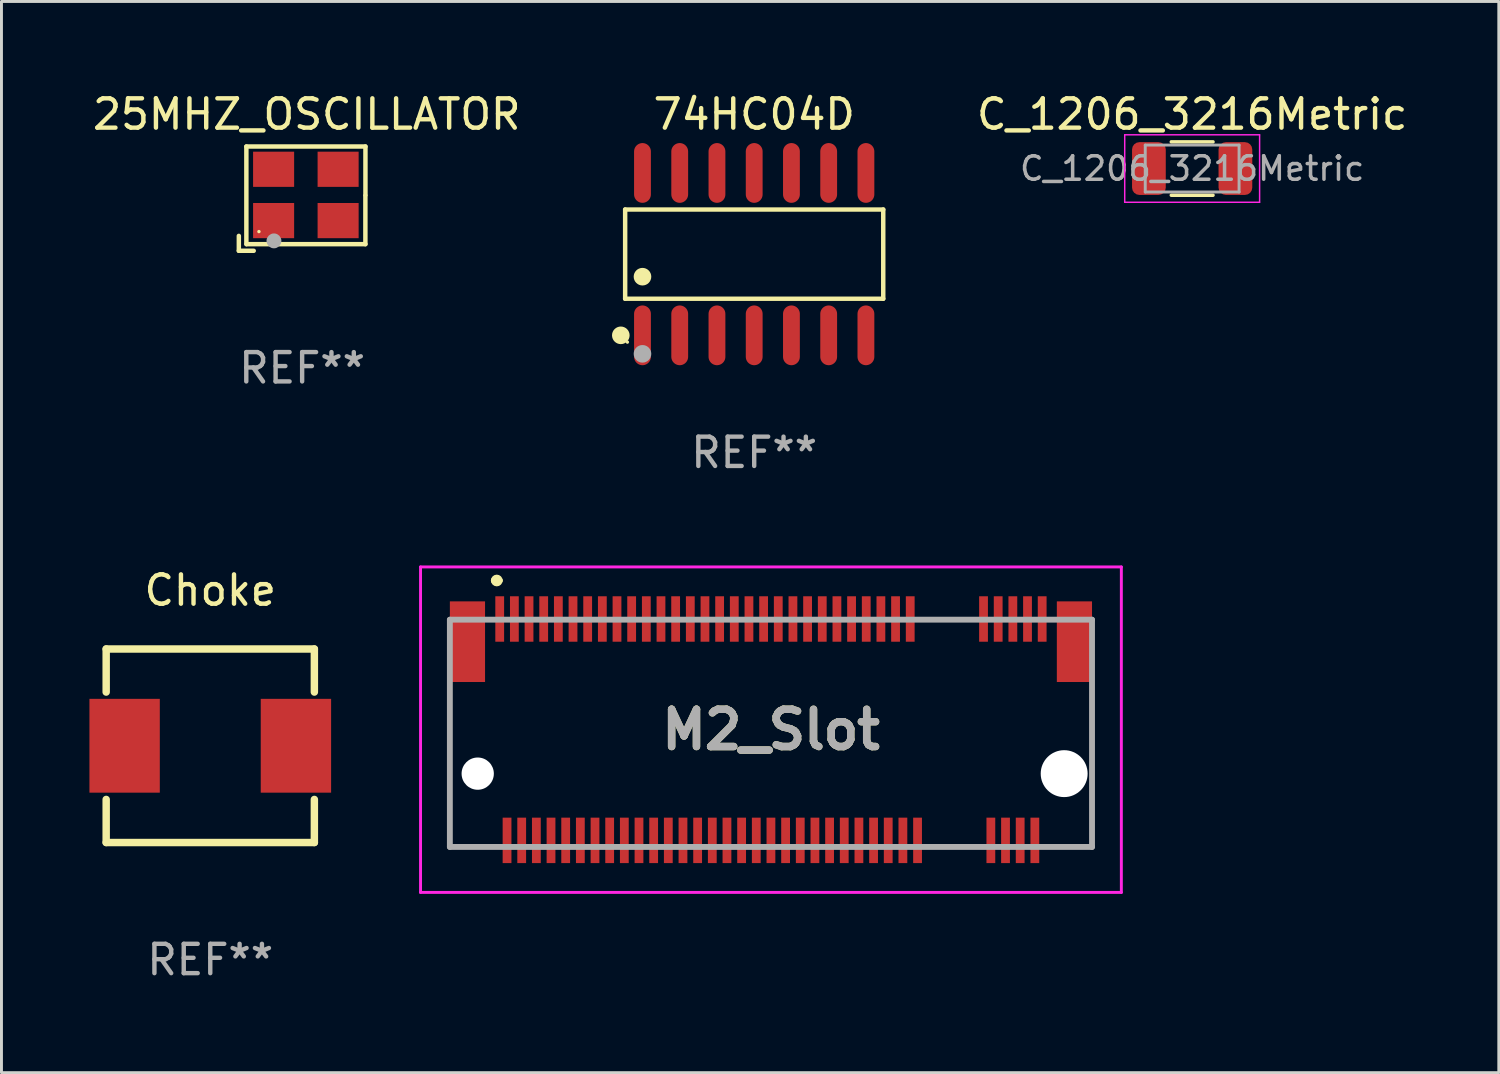
<source format=kicad_pcb>
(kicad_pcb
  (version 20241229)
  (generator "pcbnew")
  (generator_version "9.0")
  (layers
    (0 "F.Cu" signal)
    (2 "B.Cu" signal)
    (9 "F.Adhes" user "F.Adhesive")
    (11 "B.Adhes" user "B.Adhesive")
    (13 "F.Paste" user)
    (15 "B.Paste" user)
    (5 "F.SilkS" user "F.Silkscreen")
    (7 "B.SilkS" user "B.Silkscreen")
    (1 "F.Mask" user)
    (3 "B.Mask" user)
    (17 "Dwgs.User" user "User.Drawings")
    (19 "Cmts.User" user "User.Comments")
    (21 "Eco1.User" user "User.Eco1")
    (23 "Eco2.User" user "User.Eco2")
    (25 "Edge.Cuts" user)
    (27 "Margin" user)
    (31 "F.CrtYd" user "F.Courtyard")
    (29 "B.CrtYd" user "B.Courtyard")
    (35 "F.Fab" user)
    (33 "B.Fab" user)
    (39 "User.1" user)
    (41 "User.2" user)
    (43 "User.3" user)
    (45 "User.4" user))
  (footprint "Choke"
    (layer "F.Cu")
    (at 4.121 22.383)
    (property "Reference" "Choke" (at 0.000013 -5.3 0) (layer "F.SilkS") (effects (font (size 1 1) (thickness 0.15))))
    (attr through_hole)
    (fp_line (start -3.55 -3.3) (end 3.55 -3.3) (stroke (width 0.254) (type solid)) (layer "F.SilkS"))
    (fp_line (start -3.55 -1.831) (end -3.55 -3.3) (stroke (width 0.254) (type solid)) (layer "F.SilkS"))
    (fp_line (start -3.55 3.3) (end -3.55 1.831) (stroke (width 0.254) (type solid)) (layer "F.SilkS"))
    (fp_line (start -3.55 3.3) (end 3.55 3.3) (stroke (width 0.254) (type solid)) (layer "F.SilkS"))
    (fp_line (start 3.55 -1.831) (end 3.55 -3.3) (stroke (width 0.254) (type solid)) (layer "F.SilkS"))
    (fp_line (start 3.55 3.3) (end 3.55 1.831) (stroke (width 0.254) (type solid)) (layer "F.SilkS"))
    (fp_circle (center -3.55 3.3) (end -3.52 3.3) (stroke (width 0.06) (type solid)) (fill no) (layer "F.SilkS"))
    (fp_text user "REF**" (at 0.000013 7.3 0) (layer "F.Fab") (effects (font (size 1 1) (thickness 0.15))))
    (pad "1" smd rect (at -2.921 0) (size 2.4 3.2) (layers "F.Cu" "F.Mask" "F.Paste"))
    (pad "2" smd rect (at 2.921 0) (size 2.4 3.2) (layers "F.Cu" "F.Mask" "F.Paste")))
  (footprint "C_1206_3216Metric"
    (layer "F.Cu")
    (at 37.607 2.698)
    (property "Reference" "C_1206_3216Metric" (at 0 -1.85 0) (layer "F.SilkS") (effects (font (size 1 1) (thickness 0.15))))
    (attr smd)
    (fp_line (start -0.711 -0.91) (end 0.711 -0.91) (stroke (width 0.12) (type solid)) (layer "F.SilkS"))
    (fp_line (start -0.711 0.91) (end 0.711 0.91) (stroke (width 0.12) (type solid)) (layer "F.SilkS"))
    (fp_line (start -2.3 -1.15) (end 2.3 -1.15) (stroke (width 0.05) (type solid)) (layer "F.CrtYd"))
    (fp_line (start -2.3 1.15) (end -2.3 -1.15) (stroke (width 0.05) (type solid)) (layer "F.CrtYd"))
    (fp_line (start 2.3 -1.15) (end 2.3 1.15) (stroke (width 0.05) (type solid)) (layer "F.CrtYd"))
    (fp_line (start 2.3 1.15) (end -2.3 1.15) (stroke (width 0.05) (type solid)) (layer "F.CrtYd"))
    (fp_line (start -1.6 -0.8) (end 1.6 -0.8) (stroke (width 0.1) (type solid)) (layer "F.Fab"))
    (fp_line (start -1.6 0.8) (end -1.6 -0.8) (stroke (width 0.1) (type solid)) (layer "F.Fab"))
    (fp_line (start 1.6 -0.8) (end 1.6 0.8) (stroke (width 0.1) (type solid)) (layer "F.Fab"))
    (fp_line (start 1.6 0.8) (end -1.6 0.8) (stroke (width 0.1) (type solid)) (layer "F.Fab"))
    (fp_text user "${REFERENCE}" (at 0 0 0) (layer "F.Fab") (effects (font (size 0.8 0.8) (thickness 0.12))))
    (pad "1" smd roundrect (at -1.475 0) (size 1.15 1.8) (layers "F.Cu" "F.Mask" "F.Paste") (roundrect_rratio 0.217))
    (pad "2" smd roundrect (at 1.475 0) (size 1.15 1.8) (layers "F.Cu" "F.Mask" "F.Paste") (roundrect_rratio 0.217)))
  (footprint "25MHZ_OSCILLATOR"
    (layer "F.Cu")
    (at 7.381 3.598)
    (property "Reference" "25MHZ_OSCILLATOR" (at 0.03 -2.75 0) (layer "F.SilkS") (effects (font (size 1 1) (thickness 0.15))))
    (attr through_hole)
    (fp_line (start -2.286 1.397) (end -2.286 1.905) (stroke (width 0.152) (type solid)) (layer "F.SilkS"))
    (fp_line (start -2.286 1.905) (end -1.778 1.905) (stroke (width 0.152) (type solid)) (layer "F.SilkS"))
    (fp_line (start -2.029 -1.651) (end 2.032 -1.651) (stroke (width 0.152) (type solid)) (layer "F.SilkS"))
    (fp_line (start -2.029 1.679) (end -2.029 -1.651) (stroke (width 0.152) (type solid)) (layer "F.SilkS"))
    (fp_line (start 2.03 0.028) (end 2.03 1.679) (stroke (width 0.152) (type solid)) (layer "F.SilkS"))
    (fp_line (start 2.03 1.679) (end -2.02 1.679) (stroke (width 0.152) (type solid)) (layer "F.SilkS"))
    (fp_line (start 2.032 -1.651) (end 2.032 -0.000127) (stroke (width 0.152) (type solid)) (layer "F.SilkS"))
    (fp_circle (center -1.6 1.25) (end -1.57 1.25) (stroke (width 0.06) (type solid)) (fill no) (layer "F.SilkS"))
    (fp_circle (center -1.088 1.567) (end -0.961 1.567) (stroke (width 0.254) (type solid)) (fill no) (layer "F.Fab"))
    (fp_text user "REF**" (at -0.127 5.905 0) (layer "F.Fab") (effects (font (size 1 1) (thickness 0.15))))
    (pad "1" smd rect (at -1.1 0.875) (size 1.4 1.2) (layers "F.Cu" "F.Mask" "F.Paste"))
    (pad "2" smd rect (at 1.1 0.875) (size 1.4 1.2) (layers "F.Cu" "F.Mask" "F.Paste"))
    (pad "3" smd rect (at 1.1 -0.875) (size 1.4 1.2) (layers "F.Cu" "F.Mask" "F.Paste"))
    (pad "4" smd rect (at -1.1 -0.875) (size 1.4 1.2) (layers "F.Cu" "F.Mask" "F.Paste")))
  (footprint "M2_Slot"
    (layer "F.Cu")
    (at 23.242 21.947)
    (property "Reference" "M2_Slot" (at 0 -0.112 0) (layer "F.SilkS") (effects (font (size 1.27 1.27) (thickness 0.254))))
    (attr through_hole)
    (fp_line (start -10.95 -1.4) (end -10.95 3.887) (stroke (width 0.1) (type solid)) (layer "F.SilkS"))
    (fp_line (start -10.95 3.887) (end -9.6 3.887) (stroke (width 0.1) (type solid)) (layer "F.SilkS"))
    (fp_line (start -9.45 -5.2) (end -9.45 -5.2) (stroke (width 0.2) (type solid)) (layer "F.SilkS"))
    (fp_line (start -9.25 -5.2) (end -9.25 -5.2) (stroke (width 0.2) (type solid)) (layer "F.SilkS"))
    (fp_line (start 9.4 3.887) (end 10.95 3.887) (stroke (width 0.1) (type solid)) (layer "F.SilkS"))
    (fp_line (start 10.95 3.887) (end 10.95 2.2) (stroke (width 0.1) (type solid)) (layer "F.SilkS"))
    (fp_arc (start -9.45 -5.2) (mid -9.35 -5.3) (end -9.25 -5.2) (stroke (width 0.2) (type solid)) (layer "F.SilkS"))
    (fp_arc (start -9.25 -5.2) (mid -9.35 -5.1) (end -9.45 -5.2) (stroke (width 0.2) (type solid)) (layer "F.SilkS"))
    (fp_line (start -11.95 -5.662) (end 11.95 -5.662) (stroke (width 0.1) (type solid)) (layer "F.CrtYd"))
    (fp_line (start -11.95 5.438) (end -11.95 -5.662) (stroke (width 0.1) (type solid)) (layer "F.CrtYd"))
    (fp_line (start 11.95 -5.662) (end 11.95 5.438) (stroke (width 0.1) (type solid)) (layer "F.CrtYd"))
    (fp_line (start 11.95 5.438) (end -11.95 5.438) (stroke (width 0.1) (type solid)) (layer "F.CrtYd"))
    (fp_line (start -10.95 -3.863) (end 10.95 -3.863) (stroke (width 0.2) (type solid)) (layer "F.Fab"))
    (fp_line (start -10.95 3.887) (end -10.95 -3.863) (stroke (width 0.2) (type solid)) (layer "F.Fab"))
    (fp_line (start 10.95 -3.863) (end 10.95 3.887) (stroke (width 0.2) (type solid)) (layer "F.Fab"))
    (fp_line (start 10.95 3.887) (end -10.95 3.887) (stroke (width 0.2) (type solid)) (layer "F.Fab"))
    (fp_text user "${REFERENCE}" (at 0 -0.112 0) (layer "F.Fab") (effects (font (size 1.27 1.27) (thickness 0.254))))
    (pad "" np_thru_hole circle (at -10 1.387) (size 1.1 1.1) (drill 1.1) (layers "*.Cu" "*.Mask"))
    (pad "" np_thru_hole circle (at 10 1.387) (size 1.6 1.6) (drill 1.6) (layers "*.Cu" "*.Mask"))
    (pad "1" smd rect (at -9.25 -3.887) (size 0.3 1.55) (layers "F.Cu" "F.Mask" "F.Paste"))
    (pad "2" smd rect (at -9 3.663) (size 0.3 1.55) (layers "F.Cu" "F.Mask" "F.Paste"))
    (pad "3" smd rect (at -8.75 -3.887) (size 0.3 1.55) (layers "F.Cu" "F.Mask" "F.Paste"))
    (pad "4" smd rect (at -8.5 3.663) (size 0.3 1.55) (layers "F.Cu" "F.Mask" "F.Paste"))
    (pad "5" smd rect (at -8.25 -3.887) (size 0.3 1.55) (layers "F.Cu" "F.Mask" "F.Paste"))
    (pad "6" smd rect (at -8 3.663) (size 0.3 1.55) (layers "F.Cu" "F.Mask" "F.Paste"))
    (pad "7" smd rect (at -7.75 -3.887) (size 0.3 1.55) (layers "F.Cu" "F.Mask" "F.Paste"))
    (pad "8" smd rect (at -7.5 3.663) (size 0.3 1.55) (layers "F.Cu" "F.Mask" "F.Paste"))
    (pad "9" smd rect (at -7.25 -3.887) (size 0.3 1.55) (layers "F.Cu" "F.Mask" "F.Paste"))
    (pad "10" smd rect (at -7 3.663) (size 0.3 1.55) (layers "F.Cu" "F.Mask" "F.Paste"))
    (pad "11" smd rect (at -6.75 -3.887) (size 0.3 1.55) (layers "F.Cu" "F.Mask" "F.Paste"))
    (pad "12" smd rect (at -6.5 3.663) (size 0.3 1.55) (layers "F.Cu" "F.Mask" "F.Paste"))
    (pad "13" smd rect (at -6.25 -3.887) (size 0.3 1.55) (layers "F.Cu" "F.Mask" "F.Paste"))
    (pad "14" smd rect (at -6 3.663) (size 0.3 1.55) (layers "F.Cu" "F.Mask" "F.Paste"))
    (pad "15" smd rect (at -5.75 -3.887) (size 0.3 1.55) (layers "F.Cu" "F.Mask" "F.Paste"))
    (pad "16" smd rect (at -5.5 3.663) (size 0.3 1.55) (layers "F.Cu" "F.Mask" "F.Paste"))
    (pad "17" smd rect (at -5.25 -3.887) (size 0.3 1.55) (layers "F.Cu" "F.Mask" "F.Paste"))
    (pad "18" smd rect (at -5 3.663) (size 0.3 1.55) (layers "F.Cu" "F.Mask" "F.Paste"))
    (pad "19" smd rect (at -4.75 -3.887) (size 0.3 1.55) (layers "F.Cu" "F.Mask" "F.Paste"))
    (pad "20" smd rect (at -4.5 3.663) (size 0.3 1.55) (layers "F.Cu" "F.Mask" "F.Paste"))
    (pad "21" smd rect (at -4.25 -3.887) (size 0.3 1.55) (layers "F.Cu" "F.Mask" "F.Paste"))
    (pad "22" smd rect (at -4 3.663) (size 0.3 1.55) (layers "F.Cu" "F.Mask" "F.Paste"))
    (pad "23" smd rect (at -3.75 -3.887) (size 0.3 1.55) (layers "F.Cu" "F.Mask" "F.Paste"))
    (pad "24" smd rect (at -3.5 3.663) (size 0.3 1.55) (layers "F.Cu" "F.Mask" "F.Paste"))
    (pad "25" smd rect (at -3.25 -3.887) (size 0.3 1.55) (layers "F.Cu" "F.Mask" "F.Paste"))
    (pad "26" smd rect (at -3 3.663) (size 0.3 1.55) (layers "F.Cu" "F.Mask" "F.Paste"))
    (pad "27" smd rect (at -2.75 -3.887) (size 0.3 1.55) (layers "F.Cu" "F.Mask" "F.Paste"))
    (pad "28" smd rect (at -2.5 3.663) (size 0.3 1.55) (layers "F.Cu" "F.Mask" "F.Paste"))
    (pad "29" smd rect (at -2.25 -3.887) (size 0.3 1.55) (layers "F.Cu" "F.Mask" "F.Paste"))
    (pad "30" smd rect (at -2 3.663) (size 0.3 1.55) (layers "F.Cu" "F.Mask" "F.Paste"))
    (pad "31" smd rect (at -1.75 -3.887) (size 0.3 1.55) (layers "F.Cu" "F.Mask" "F.Paste"))
    (pad "32" smd rect (at -1.5 3.663) (size 0.3 1.55) (layers "F.Cu" "F.Mask" "F.Paste"))
    (pad "33" smd rect (at -1.25 -3.887) (size 0.3 1.55) (layers "F.Cu" "F.Mask" "F.Paste"))
    (pad "34" smd rect (at -1 3.663) (size 0.3 1.55) (layers "F.Cu" "F.Mask" "F.Paste"))
    (pad "35" smd rect (at -0.75 -3.887) (size 0.3 1.55) (layers "F.Cu" "F.Mask" "F.Paste"))
    (pad "36" smd rect (at -0.5 3.663) (size 0.3 1.55) (layers "F.Cu" "F.Mask" "F.Paste"))
    (pad "37" smd rect (at -0.25 -3.887) (size 0.3 1.55) (layers "F.Cu" "F.Mask" "F.Paste"))
    (pad "38" smd rect (at 0 3.663) (size 0.3 1.55) (layers "F.Cu" "F.Mask" "F.Paste"))
    (pad "39" smd rect (at 0.25 -3.887) (size 0.3 1.55) (layers "F.Cu" "F.Mask" "F.Paste"))
    (pad "40" smd rect (at 0.5 3.663) (size 0.3 1.55) (layers "F.Cu" "F.Mask" "F.Paste"))
    (pad "41" smd rect (at 0.75 -3.887) (size 0.3 1.55) (layers "F.Cu" "F.Mask" "F.Paste"))
    (pad "42" smd rect (at 1 3.663) (size 0.3 1.55) (layers "F.Cu" "F.Mask" "F.Paste"))
    (pad "43" smd rect (at 1.25 -3.887) (size 0.3 1.55) (layers "F.Cu" "F.Mask" "F.Paste"))
    (pad "44" smd rect (at 1.5 3.663) (size 0.3 1.55) (layers "F.Cu" "F.Mask" "F.Paste"))
    (pad "45" smd rect (at 1.75 -3.887) (size 0.3 1.55) (layers "F.Cu" "F.Mask" "F.Paste"))
    (pad "46" smd rect (at 2 3.663) (size 0.3 1.55) (layers "F.Cu" "F.Mask" "F.Paste"))
    (pad "47" smd rect (at 2.25 -3.887) (size 0.3 1.55) (layers "F.Cu" "F.Mask" "F.Paste"))
    (pad "48" smd rect (at 2.5 3.663) (size 0.3 1.55) (layers "F.Cu" "F.Mask" "F.Paste"))
    (pad "49" smd rect (at 2.75 -3.887) (size 0.3 1.55) (layers "F.Cu" "F.Mask" "F.Paste"))
    (pad "50" smd rect (at 3 3.663) (size 0.3 1.55) (layers "F.Cu" "F.Mask" "F.Paste"))
    (pad "51" smd rect (at 3.25 -3.887) (size 0.3 1.55) (layers "F.Cu" "F.Mask" "F.Paste"))
    (pad "52" smd rect (at 3.5 3.663) (size 0.3 1.55) (layers "F.Cu" "F.Mask" "F.Paste"))
    (pad "53" smd rect (at 3.75 -3.887) (size 0.3 1.55) (layers "F.Cu" "F.Mask" "F.Paste"))
    (pad "54" smd rect (at 4 3.663) (size 0.3 1.55) (layers "F.Cu" "F.Mask" "F.Paste"))
    (pad "55" smd rect (at 4.25 -3.887) (size 0.3 1.55) (layers "F.Cu" "F.Mask" "F.Paste"))
    (pad "56" smd rect (at 4.5 3.663) (size 0.3 1.55) (layers "F.Cu" "F.Mask" "F.Paste"))
    (pad "57" smd rect (at 4.75 -3.887) (size 0.3 1.55) (layers "F.Cu" "F.Mask" "F.Paste"))
    (pad "58" smd rect (at 5 3.663) (size 0.3 1.55) (layers "F.Cu" "F.Mask" "F.Paste"))
    (pad "67" smd rect (at 7.25 -3.887) (size 0.3 1.55) (layers "F.Cu" "F.Mask" "F.Paste"))
    (pad "68" smd rect (at 7.5 3.663) (size 0.3 1.55) (layers "F.Cu" "F.Mask" "F.Paste"))
    (pad "69" smd rect (at 7.75 -3.887) (size 0.3 1.55) (layers "F.Cu" "F.Mask" "F.Paste"))
    (pad "70" smd rect (at 8 3.663) (size 0.3 1.55) (layers "F.Cu" "F.Mask" "F.Paste"))
    (pad "71" smd rect (at 8.25 -3.887) (size 0.3 1.55) (layers "F.Cu" "F.Mask" "F.Paste"))
    (pad "72" smd rect (at 8.5 3.663) (size 0.3 1.55) (layers "F.Cu" "F.Mask" "F.Paste"))
    (pad "73" smd rect (at 8.75 -3.887) (size 0.3 1.55) (layers "F.Cu" "F.Mask" "F.Paste"))
    (pad "74" smd rect (at 9 3.663) (size 0.3 1.55) (layers "F.Cu" "F.Mask" "F.Paste"))
    (pad "75" smd rect (at 9.25 -3.887) (size 0.3 1.55) (layers "F.Cu" "F.Mask" "F.Paste"))
    (pad "MP1" smd rect (at -10.35 -3.113) (size 1.2 2.75) (layers "F.Cu" "F.Mask" "F.Paste"))
    (pad "MP2" smd rect (at 10.35 -3.113) (size 1.2 2.75) (layers "F.Cu" "F.Mask" "F.Paste")))
  (footprint "74HC04D"
    (layer "F.Cu")
    (at 22.671 5.617)
    (property "Reference" "74HC04D" (at 0 -4.769 0) (layer "F.SilkS") (effects (font (size 1 1) (thickness 0.15))))
    (attr through_hole)
    (fp_line (start -4.401 -1.521) (end 4.401 -1.521) (stroke (width 0.152) (type solid)) (layer "F.SilkS"))
    (fp_line (start -4.401 1.521) (end -4.401 -1.521) (stroke (width 0.152) (type solid)) (layer "F.SilkS"))
    (fp_line (start 4.401 -1.521) (end 4.401 1.521) (stroke (width 0.152) (type solid)) (layer "F.SilkS"))
    (fp_line (start 4.401 1.521) (end -4.401 1.521) (stroke (width 0.152) (type solid)) (layer "F.SilkS"))
    (fp_circle (center -4.549 2.769) (end -4.399 2.769) (stroke (width 0.3) (type solid)) (fill no) (layer "F.SilkS"))
    (fp_circle (center -4.325 3) (end -4.295 3) (stroke (width 0.06) (type solid)) (fill no) (layer "F.SilkS"))
    (fp_circle (center -3.81 0.769) (end -3.66 0.769) (stroke (width 0.3) (type solid)) (fill no) (layer "F.SilkS"))
    (fp_circle (center -3.81 3.4) (end -3.66 3.4) (stroke (width 0.3) (type solid)) (fill no) (layer "F.Fab"))
    (fp_text user "REF**" (at 0 6.769 0) (layer "F.Fab") (effects (font (size 1 1) (thickness 0.15))))
    (pad "1" smd oval (at -3.81 2.769) (size 0.574 2.038) (layers "F.Cu" "F.Mask" "F.Paste"))
    (pad "2" smd oval (at -2.54 2.769) (size 0.574 2.038) (layers "F.Cu" "F.Mask" "F.Paste"))
    (pad "3" smd oval (at -1.27 2.769) (size 0.574 2.038) (layers "F.Cu" "F.Mask" "F.Paste"))
    (pad "4" smd oval (at 0 2.769) (size 0.574 2.038) (layers "F.Cu" "F.Mask" "F.Paste"))
    (pad "5" smd oval (at 1.27 2.769) (size 0.574 2.038) (layers "F.Cu" "F.Mask" "F.Paste"))
    (pad "6" smd oval (at 2.54 2.769) (size 0.574 2.038) (layers "F.Cu" "F.Mask" "F.Paste"))
    (pad "7" smd oval (at 3.81 2.769) (size 0.574 2.038) (layers "F.Cu" "F.Mask" "F.Paste"))
    (pad "8" smd oval (at 3.81 -2.769) (size 0.574 2.038) (layers "F.Cu" "F.Mask" "F.Paste"))
    (pad "9" smd oval (at 2.54 -2.769) (size 0.574 2.038) (layers "F.Cu" "F.Mask" "F.Paste"))
    (pad "10" smd oval (at 1.27 -2.769) (size 0.574 2.038) (layers "F.Cu" "F.Mask" "F.Paste"))
    (pad "11" smd oval (at 0 -2.769) (size 0.574 2.038) (layers "F.Cu" "F.Mask" "F.Paste"))
    (pad "12" smd oval (at -1.27 -2.769) (size 0.574 2.038) (layers "F.Cu" "F.Mask" "F.Paste"))
    (pad "13" smd oval (at -2.54 -2.769) (size 0.574 2.038) (layers "F.Cu" "F.Mask" "F.Paste"))
    (pad "14" smd oval (at -3.81 -2.769) (size 0.574 2.038) (layers "F.Cu" "F.Mask" "F.Paste")))
  (gr_rect
    (start -3 -3)
    (end 48.065 33.531)
    (stroke (width 0.1) (type default))
    (fill no)
    (layer "Edge.Cuts")))
</source>
